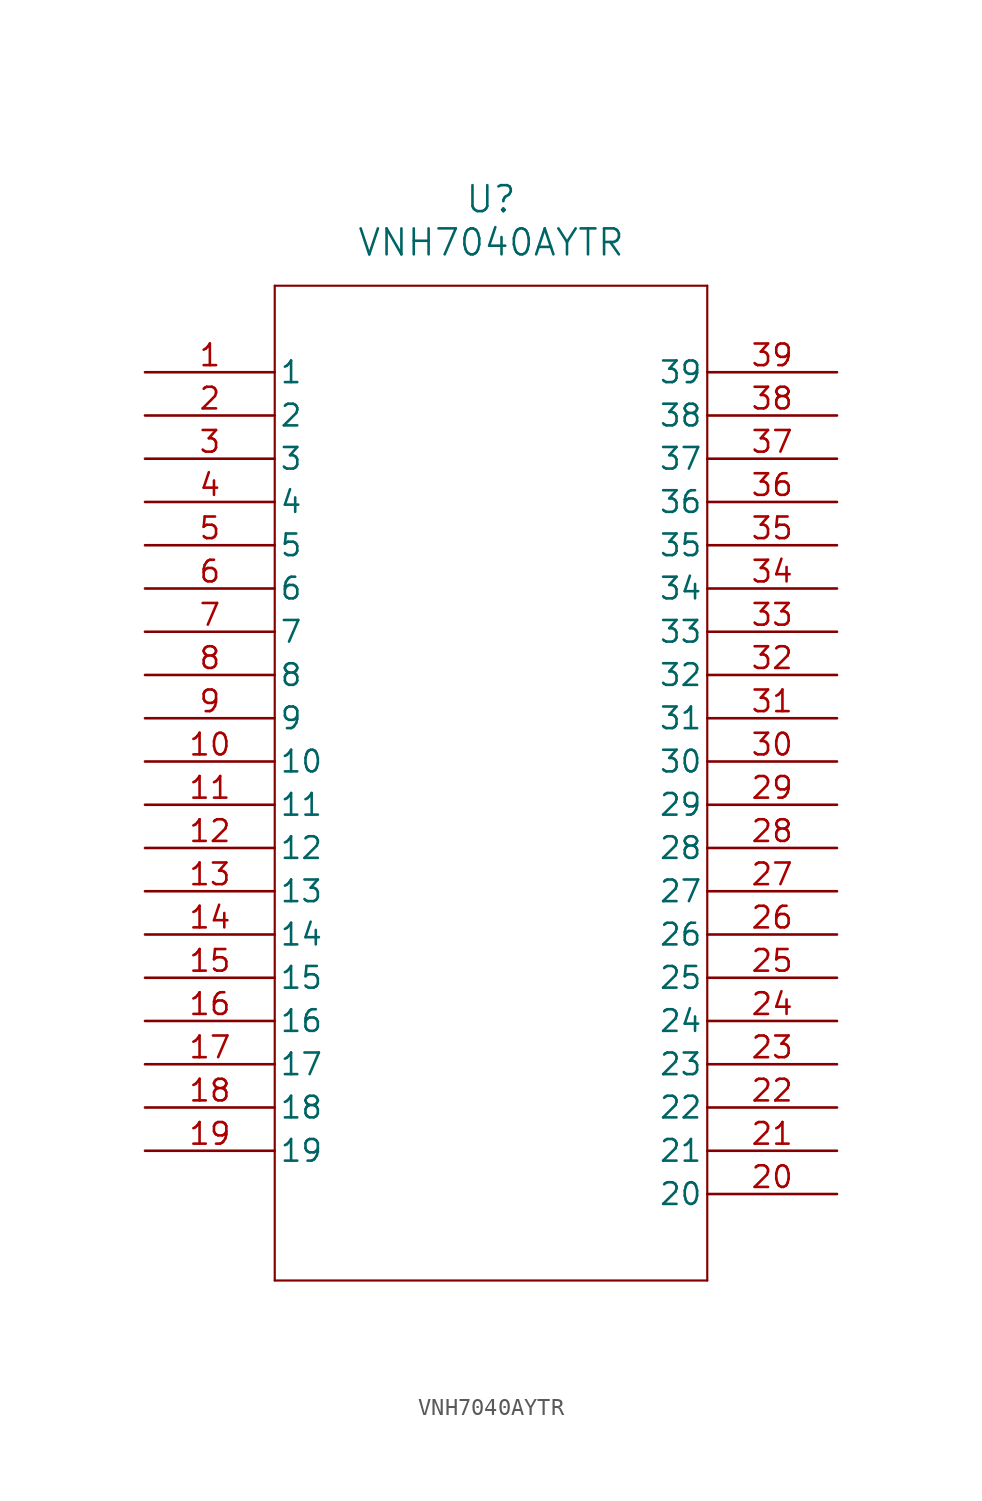
<source format=kicad_sym>
(kicad_symbol_lib
  (version 20241209)
  (generator "kicad_symbol_editor")
  (generator_version "9.0")
  (symbol "VNH7040AYTR"
    (pin_names
      (offset 0.254))
    (property "Reference" "U"
      (at 20.32 10.16 0)
      (effects (font (size 1.524 1.524))))
    (property "Value" "VNH7040AYTR"
      (at 20.32 7.62 0)
      (effects (font (size 1.524 1.524))))
    (symbol "VNH7040AYTR_0_1"
      (polyline (pts (xy 7.62 5.08) (xy 7.62 -53.34)) (stroke (width 0.127) (type default)) (fill (type none)))
      (polyline (pts (xy 7.62 -53.34) (xy 33.02 -53.34)) (stroke (width 0.127) (type default)) (fill (type none)))
      (polyline (pts (xy 33.02 5.08) (xy 7.62 5.08)) (stroke (width 0.127) (type default)) (fill (type none)))
      (polyline (pts (xy 33.02 -53.34) (xy 33.02 5.08)) (stroke (width 0.127) (type default)) (fill (type none)))
      (pin unspecified line (at 0 0 0) (length 7.62) (name "1" (effects (font (size 1.27 1.27)))) (number "1" (effects (font (size 1.27 1.27)))))
      (pin unspecified line (at 0 -2.54 0) (length 7.62) (name "2" (effects (font (size 1.27 1.27)))) (number "2" (effects (font (size 1.27 1.27)))))
      (pin unspecified line (at 0 -5.08 0) (length 7.62) (name "3" (effects (font (size 1.27 1.27)))) (number "3" (effects (font (size 1.27 1.27)))))
      (pin unspecified line (at 0 -7.62 0) (length 7.62) (name "4" (effects (font (size 1.27 1.27)))) (number "4" (effects (font (size 1.27 1.27)))))
      (pin unspecified line (at 0 -10.16 0) (length 7.62) (name "5" (effects (font (size 1.27 1.27)))) (number "5" (effects (font (size 1.27 1.27)))))
      (pin unspecified line (at 0 -12.7 0) (length 7.62) (name "6" (effects (font (size 1.27 1.27)))) (number "6" (effects (font (size 1.27 1.27)))))
      (pin unspecified line (at 0 -15.24 0) (length 7.62) (name "7" (effects (font (size 1.27 1.27)))) (number "7" (effects (font (size 1.27 1.27)))))
      (pin unspecified line (at 0 -17.78 0) (length 7.62) (name "8" (effects (font (size 1.27 1.27)))) (number "8" (effects (font (size 1.27 1.27)))))
      (pin unspecified line (at 0 -20.32 0) (length 7.62) (name "9" (effects (font (size 1.27 1.27)))) (number "9" (effects (font (size 1.27 1.27)))))
      (pin unspecified line (at 0 -22.86 0) (length 7.62) (name "10" (effects (font (size 1.27 1.27)))) (number "10" (effects (font (size 1.27 1.27)))))
      (pin unspecified line (at 0 -25.4 0) (length 7.62) (name "11" (effects (font (size 1.27 1.27)))) (number "11" (effects (font (size 1.27 1.27)))))
      (pin unspecified line (at 0 -27.94 0) (length 7.62) (name "12" (effects (font (size 1.27 1.27)))) (number "12" (effects (font (size 1.27 1.27)))))
      (pin unspecified line (at 0 -30.48 0) (length 7.62) (name "13" (effects (font (size 1.27 1.27)))) (number "13" (effects (font (size 1.27 1.27)))))
      (pin unspecified line (at 0 -33.02 0) (length 7.62) (name "14" (effects (font (size 1.27 1.27)))) (number "14" (effects (font (size 1.27 1.27)))))
      (pin unspecified line (at 0 -35.56 0) (length 7.62) (name "15" (effects (font (size 1.27 1.27)))) (number "15" (effects (font (size 1.27 1.27)))))
      (pin unspecified line (at 0 -38.1 0) (length 7.62) (name "16" (effects (font (size 1.27 1.27)))) (number "16" (effects (font (size 1.27 1.27)))))
      (pin unspecified line (at 0 -40.64 0) (length 7.62) (name "17" (effects (font (size 1.27 1.27)))) (number "17" (effects (font (size 1.27 1.27)))))
      (pin unspecified line (at 0 -43.18 0) (length 7.62) (name "18" (effects (font (size 1.27 1.27)))) (number "18" (effects (font (size 1.27 1.27)))))
      (pin unspecified line (at 0 -45.72 0) (length 7.62) (name "19" (effects (font (size 1.27 1.27)))) (number "19" (effects (font (size 1.27 1.27)))))
      (pin unspecified line (at 40.64 0 180) (length 7.62) (name "39" (effects (font (size 1.27 1.27)))) (number "39" (effects (font (size 1.27 1.27)))))
      (pin unspecified line (at 40.64 -2.54 180) (length 7.62) (name "38" (effects (font (size 1.27 1.27)))) (number "38" (effects (font (size 1.27 1.27)))))
      (pin unspecified line (at 40.64 -5.08 180) (length 7.62) (name "37" (effects (font (size 1.27 1.27)))) (number "37" (effects (font (size 1.27 1.27)))))
      (pin unspecified line (at 40.64 -7.62 180) (length 7.62) (name "36" (effects (font (size 1.27 1.27)))) (number "36" (effects (font (size 1.27 1.27)))))
      (pin unspecified line (at 40.64 -10.16 180) (length 7.62) (name "35" (effects (font (size 1.27 1.27)))) (number "35" (effects (font (size 1.27 1.27)))))
      (pin unspecified line (at 40.64 -12.7 180) (length 7.62) (name "34" (effects (font (size 1.27 1.27)))) (number "34" (effects (font (size 1.27 1.27)))))
      (pin unspecified line (at 40.64 -15.24 180) (length 7.62) (name "33" (effects (font (size 1.27 1.27)))) (number "33" (effects (font (size 1.27 1.27)))))
      (pin unspecified line (at 40.64 -17.78 180) (length 7.62) (name "32" (effects (font (size 1.27 1.27)))) (number "32" (effects (font (size 1.27 1.27)))))
      (pin unspecified line (at 40.64 -20.32 180) (length 7.62) (name "31" (effects (font (size 1.27 1.27)))) (number "31" (effects (font (size 1.27 1.27)))))
      (pin unspecified line (at 40.64 -22.86 180) (length 7.62) (name "30" (effects (font (size 1.27 1.27)))) (number "30" (effects (font (size 1.27 1.27)))))
      (pin unspecified line (at 40.64 -25.4 180) (length 7.62) (name "29" (effects (font (size 1.27 1.27)))) (number "29" (effects (font (size 1.27 1.27)))))
      (pin unspecified line (at 40.64 -27.94 180) (length 7.62) (name "28" (effects (font (size 1.27 1.27)))) (number "28" (effects (font (size 1.27 1.27)))))
      (pin unspecified line (at 40.64 -30.48 180) (length 7.62) (name "27" (effects (font (size 1.27 1.27)))) (number "27" (effects (font (size 1.27 1.27)))))
      (pin unspecified line (at 40.64 -33.02 180) (length 7.62) (name "26" (effects (font (size 1.27 1.27)))) (number "26" (effects (font (size 1.27 1.27)))))
      (pin unspecified line (at 40.64 -35.56 180) (length 7.62) (name "25" (effects (font (size 1.27 1.27)))) (number "25" (effects (font (size 1.27 1.27)))))
      (pin unspecified line (at 40.64 -38.1 180) (length 7.62) (name "24" (effects (font (size 1.27 1.27)))) (number "24" (effects (font (size 1.27 1.27)))))
      (pin unspecified line (at 40.64 -40.64 180) (length 7.62) (name "23" (effects (font (size 1.27 1.27)))) (number "23" (effects (font (size 1.27 1.27)))))
      (pin unspecified line (at 40.64 -43.18 180) (length 7.62) (name "22" (effects (font (size 1.27 1.27)))) (number "22" (effects (font (size 1.27 1.27)))))
      (pin unspecified line (at 40.64 -45.72 180) (length 7.62) (name "21" (effects (font (size 1.27 1.27)))) (number "21" (effects (font (size 1.27 1.27)))))
      (pin unspecified line (at 40.64 -48.26 180) (length 7.62) (name "20" (effects (font (size 1.27 1.27)))) (number "20" (effects (font (size 1.27 1.27))))))))
</source>
